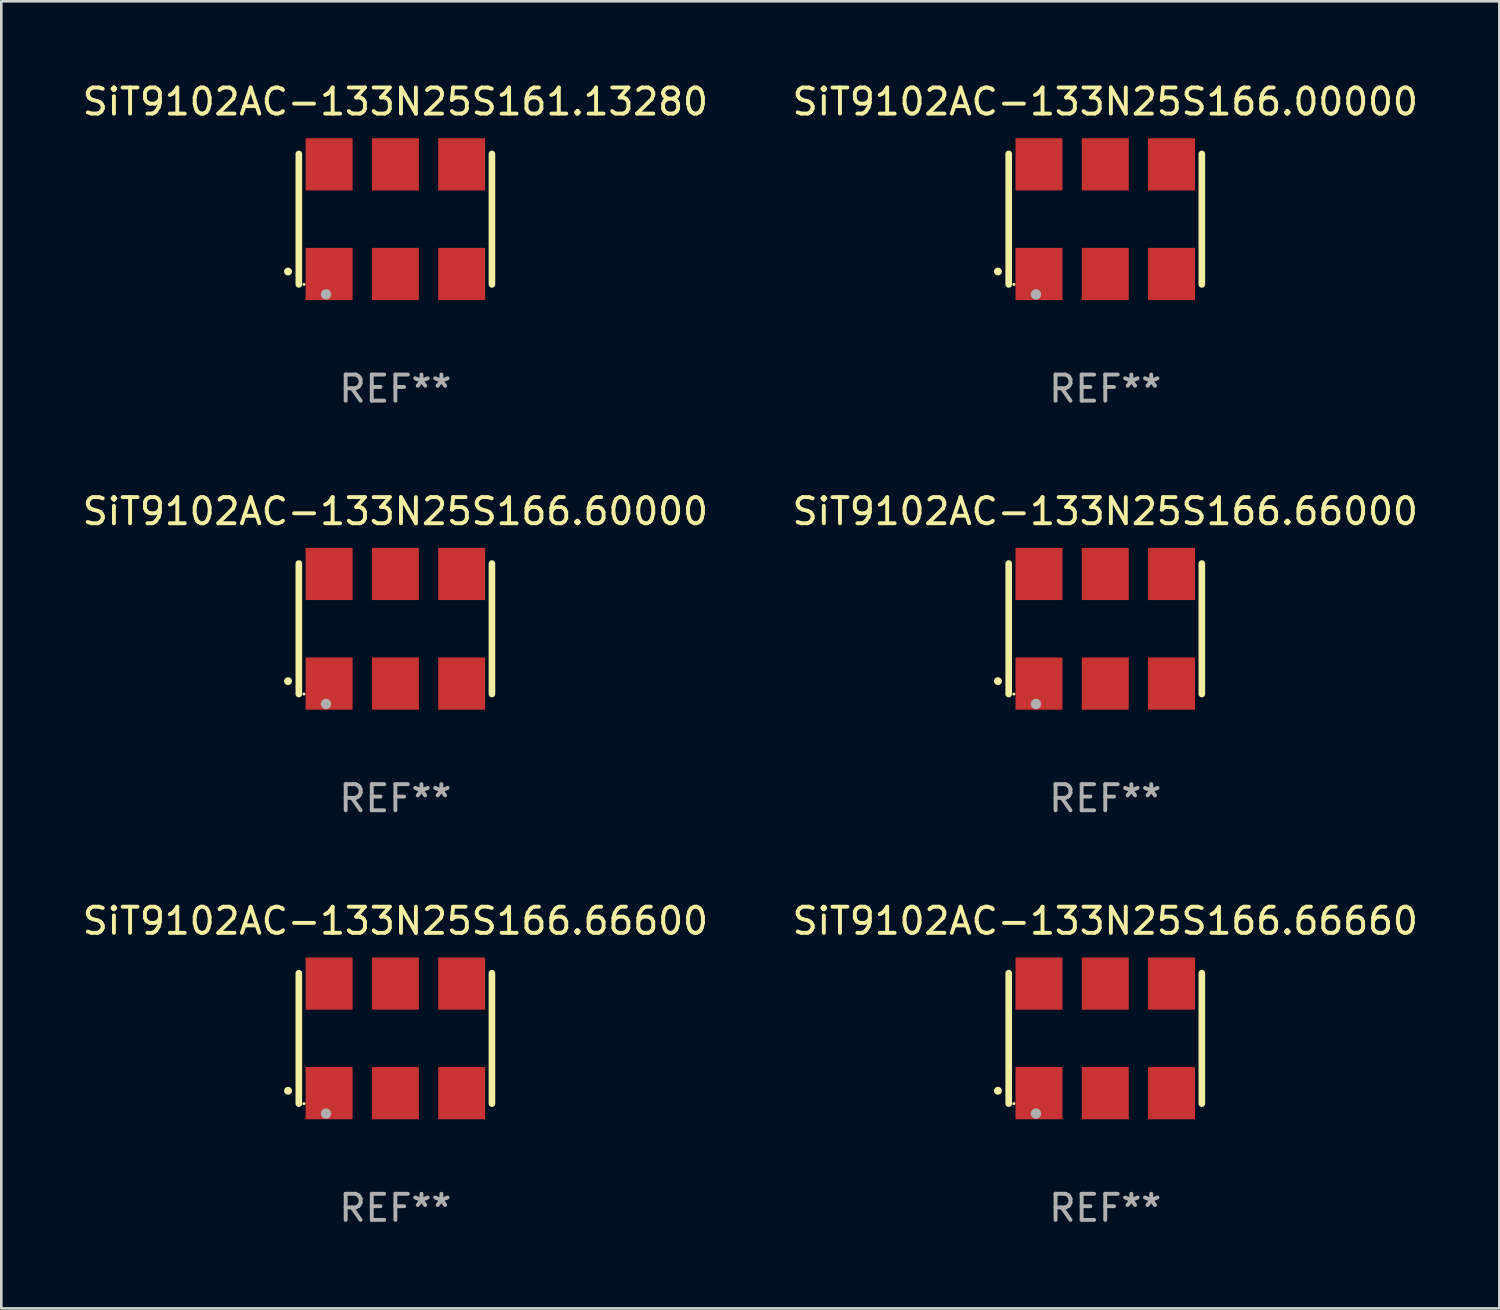
<source format=kicad_pcb>
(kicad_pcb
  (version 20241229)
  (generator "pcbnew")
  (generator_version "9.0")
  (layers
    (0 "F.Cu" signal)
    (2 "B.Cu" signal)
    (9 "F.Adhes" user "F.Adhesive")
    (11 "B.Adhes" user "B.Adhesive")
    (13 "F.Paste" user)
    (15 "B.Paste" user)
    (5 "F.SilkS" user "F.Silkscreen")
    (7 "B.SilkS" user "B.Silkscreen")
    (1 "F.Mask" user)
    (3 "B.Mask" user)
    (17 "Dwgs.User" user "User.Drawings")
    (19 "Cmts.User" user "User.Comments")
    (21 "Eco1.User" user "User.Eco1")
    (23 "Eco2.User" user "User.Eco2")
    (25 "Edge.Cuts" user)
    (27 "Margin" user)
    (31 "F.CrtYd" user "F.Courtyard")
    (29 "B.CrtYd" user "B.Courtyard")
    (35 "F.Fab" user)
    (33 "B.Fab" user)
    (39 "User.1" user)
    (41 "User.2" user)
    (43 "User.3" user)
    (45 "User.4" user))
  (footprint "SiT9102AC-133N25S166.66000"
    (layer "F.Cu")
    (at 39.304 21.045)
    (property "Reference" "SiT9102AC-133N25S166.66000" (at 0 -4.5 0) (layer "F.SilkS") (effects (font (size 1 1) (thickness 0.15))))
    (attr through_hole)
    (fp_line (start -3.7 -2.5) (end -3.7 2.5) (stroke (width 0.254) (type solid)) (layer "F.SilkS"))
    (fp_line (start 3.7 -2.5) (end 3.7 2.5) (stroke (width 0.254) (type solid)) (layer "F.SilkS"))
    (fp_arc (start -4.114415 2.006604) (mid -4.113145 2.006599) (end -4.111875 2.006604) (stroke (width 0.3) (type solid)) (layer "F.SilkS"))
    (fp_circle (center -3.502 2.5) (end -3.472 2.5) (stroke (width 0.06) (type solid)) (fill no) (layer "F.SilkS"))
    (fp_circle (center -2.657 2.882) (end -2.557 2.882) (stroke (width 0.2) (type solid)) (fill no) (layer "F.Fab"))
    (fp_text user "REF**" (at 0 6.5 0) (layer "F.Fab") (effects (font (size 1 1) (thickness 0.15))))
    (pad "1" smd rect (at -2.54 2.1) (size 1.8 2) (layers "F.Cu" "F.Mask" "F.Paste"))
    (pad "2" smd rect (at 0.000394 2.1) (size 1.8 2) (layers "F.Cu" "F.Mask" "F.Paste"))
    (pad "3" smd rect (at 2.54 2.1) (size 1.8 2) (layers "F.Cu" "F.Mask" "F.Paste"))
    (pad "4" smd rect (at 2.54 -2.1) (size 1.8 2) (layers "F.Cu" "F.Mask" "F.Paste"))
    (pad "5" smd rect (at 0.000394 -2.1) (size 1.8 2) (layers "F.Cu" "F.Mask" "F.Paste"))
    (pad "6" smd rect (at -2.54 -2.1) (size 1.8 2) (layers "F.Cu" "F.Mask" "F.Paste")))
  (footprint "SiT9102AC-133N25S166.60000"
    (layer "F.Cu")
    (at 12.101 21.045)
    (property "Reference" "SiT9102AC-133N25S166.60000" (at 0 -4.5 0) (layer "F.SilkS") (effects (font (size 1 1) (thickness 0.15))))
    (attr through_hole)
    (fp_line (start -3.7 -2.5) (end -3.7 2.5) (stroke (width 0.254) (type solid)) (layer "F.SilkS"))
    (fp_line (start 3.7 -2.5) (end 3.7 2.5) (stroke (width 0.254) (type solid)) (layer "F.SilkS"))
    (fp_arc (start -4.114415 2.006604) (mid -4.113145 2.006599) (end -4.111875 2.006604) (stroke (width 0.3) (type solid)) (layer "F.SilkS"))
    (fp_circle (center -3.502 2.5) (end -3.472 2.5) (stroke (width 0.06) (type solid)) (fill no) (layer "F.SilkS"))
    (fp_circle (center -2.657 2.882) (end -2.557 2.882) (stroke (width 0.2) (type solid)) (fill no) (layer "F.Fab"))
    (fp_text user "REF**" (at 0 6.5 0) (layer "F.Fab") (effects (font (size 1 1) (thickness 0.15))))
    (pad "1" smd rect (at -2.54 2.1) (size 1.8 2) (layers "F.Cu" "F.Mask" "F.Paste"))
    (pad "2" smd rect (at 0.000394 2.1) (size 1.8 2) (layers "F.Cu" "F.Mask" "F.Paste"))
    (pad "3" smd rect (at 2.54 2.1) (size 1.8 2) (layers "F.Cu" "F.Mask" "F.Paste"))
    (pad "4" smd rect (at 2.54 -2.1) (size 1.8 2) (layers "F.Cu" "F.Mask" "F.Paste"))
    (pad "5" smd rect (at 0.000394 -2.1) (size 1.8 2) (layers "F.Cu" "F.Mask" "F.Paste"))
    (pad "6" smd rect (at -2.54 -2.1) (size 1.8 2) (layers "F.Cu" "F.Mask" "F.Paste")))
  (footprint "SiT9102AC-133N25S161.13280"
    (layer "F.Cu")
    (at 12.101 5.348)
    (property "Reference" "SiT9102AC-133N25S161.13280" (at 0 -4.5 0) (layer "F.SilkS") (effects (font (size 1 1) (thickness 0.15))))
    (attr through_hole)
    (fp_line (start -3.7 -2.5) (end -3.7 2.5) (stroke (width 0.254) (type solid)) (layer "F.SilkS"))
    (fp_line (start 3.7 -2.5) (end 3.7 2.5) (stroke (width 0.254) (type solid)) (layer "F.SilkS"))
    (fp_arc (start -4.114415 2.006604) (mid -4.113145 2.006599) (end -4.111875 2.006604) (stroke (width 0.3) (type solid)) (layer "F.SilkS"))
    (fp_circle (center -3.502 2.5) (end -3.472 2.5) (stroke (width 0.06) (type solid)) (fill no) (layer "F.SilkS"))
    (fp_circle (center -2.657 2.882) (end -2.557 2.882) (stroke (width 0.2) (type solid)) (fill no) (layer "F.Fab"))
    (fp_text user "REF**" (at 0 6.5 0) (layer "F.Fab") (effects (font (size 1 1) (thickness 0.15))))
    (pad "1" smd rect (at -2.54 2.1) (size 1.8 2) (layers "F.Cu" "F.Mask" "F.Paste"))
    (pad "2" smd rect (at 0.000394 2.1) (size 1.8 2) (layers "F.Cu" "F.Mask" "F.Paste"))
    (pad "3" smd rect (at 2.54 2.1) (size 1.8 2) (layers "F.Cu" "F.Mask" "F.Paste"))
    (pad "4" smd rect (at 2.54 -2.1) (size 1.8 2) (layers "F.Cu" "F.Mask" "F.Paste"))
    (pad "5" smd rect (at 0.000394 -2.1) (size 1.8 2) (layers "F.Cu" "F.Mask" "F.Paste"))
    (pad "6" smd rect (at -2.54 -2.1) (size 1.8 2) (layers "F.Cu" "F.Mask" "F.Paste")))
  (footprint "SiT9102AC-133N25S166.66600"
    (layer "F.Cu")
    (at 12.101 36.741)
    (property "Reference" "SiT9102AC-133N25S166.66600" (at 0 -4.5 0) (layer "F.SilkS") (effects (font (size 1 1) (thickness 0.15))))
    (attr through_hole)
    (fp_line (start -3.7 -2.5) (end -3.7 2.5) (stroke (width 0.254) (type solid)) (layer "F.SilkS"))
    (fp_line (start 3.7 -2.5) (end 3.7 2.5) (stroke (width 0.254) (type solid)) (layer "F.SilkS"))
    (fp_arc (start -4.114415 2.006604) (mid -4.113145 2.006599) (end -4.111875 2.006604) (stroke (width 0.3) (type solid)) (layer "F.SilkS"))
    (fp_circle (center -3.502 2.5) (end -3.472 2.5) (stroke (width 0.06) (type solid)) (fill no) (layer "F.SilkS"))
    (fp_circle (center -2.657 2.882) (end -2.557 2.882) (stroke (width 0.2) (type solid)) (fill no) (layer "F.Fab"))
    (fp_text user "REF**" (at 0 6.5 0) (layer "F.Fab") (effects (font (size 1 1) (thickness 0.15))))
    (pad "1" smd rect (at -2.54 2.1) (size 1.8 2) (layers "F.Cu" "F.Mask" "F.Paste"))
    (pad "2" smd rect (at 0.000394 2.1) (size 1.8 2) (layers "F.Cu" "F.Mask" "F.Paste"))
    (pad "3" smd rect (at 2.54 2.1) (size 1.8 2) (layers "F.Cu" "F.Mask" "F.Paste"))
    (pad "4" smd rect (at 2.54 -2.1) (size 1.8 2) (layers "F.Cu" "F.Mask" "F.Paste"))
    (pad "5" smd rect (at 0.000394 -2.1) (size 1.8 2) (layers "F.Cu" "F.Mask" "F.Paste"))
    (pad "6" smd rect (at -2.54 -2.1) (size 1.8 2) (layers "F.Cu" "F.Mask" "F.Paste")))
  (footprint "SiT9102AC-133N25S166.66660"
    (layer "F.Cu")
    (at 39.304 36.741)
    (property "Reference" "SiT9102AC-133N25S166.66660" (at 0 -4.5 0) (layer "F.SilkS") (effects (font (size 1 1) (thickness 0.15))))
    (attr through_hole)
    (fp_line (start -3.7 -2.5) (end -3.7 2.5) (stroke (width 0.254) (type solid)) (layer "F.SilkS"))
    (fp_line (start 3.7 -2.5) (end 3.7 2.5) (stroke (width 0.254) (type solid)) (layer "F.SilkS"))
    (fp_arc (start -4.114415 2.006604) (mid -4.113145 2.006599) (end -4.111875 2.006604) (stroke (width 0.3) (type solid)) (layer "F.SilkS"))
    (fp_circle (center -3.502 2.5) (end -3.472 2.5) (stroke (width 0.06) (type solid)) (fill no) (layer "F.SilkS"))
    (fp_circle (center -2.657 2.882) (end -2.557 2.882) (stroke (width 0.2) (type solid)) (fill no) (layer "F.Fab"))
    (fp_text user "REF**" (at 0 6.5 0) (layer "F.Fab") (effects (font (size 1 1) (thickness 0.15))))
    (pad "1" smd rect (at -2.54 2.1) (size 1.8 2) (layers "F.Cu" "F.Mask" "F.Paste"))
    (pad "2" smd rect (at 0.000394 2.1) (size 1.8 2) (layers "F.Cu" "F.Mask" "F.Paste"))
    (pad "3" smd rect (at 2.54 2.1) (size 1.8 2) (layers "F.Cu" "F.Mask" "F.Paste"))
    (pad "4" smd rect (at 2.54 -2.1) (size 1.8 2) (layers "F.Cu" "F.Mask" "F.Paste"))
    (pad "5" smd rect (at 0.000394 -2.1) (size 1.8 2) (layers "F.Cu" "F.Mask" "F.Paste"))
    (pad "6" smd rect (at -2.54 -2.1) (size 1.8 2) (layers "F.Cu" "F.Mask" "F.Paste")))
  (footprint "SiT9102AC-133N25S166.00000"
    (layer "F.Cu")
    (at 39.304 5.348)
    (property "Reference" "SiT9102AC-133N25S166.00000" (at 0 -4.5 0) (layer "F.SilkS") (effects (font (size 1 1) (thickness 0.15))))
    (attr through_hole)
    (fp_line (start -3.7 -2.5) (end -3.7 2.5) (stroke (width 0.254) (type solid)) (layer "F.SilkS"))
    (fp_line (start 3.7 -2.5) (end 3.7 2.5) (stroke (width 0.254) (type solid)) (layer "F.SilkS"))
    (fp_arc (start -4.114415 2.006604) (mid -4.113145 2.006599) (end -4.111875 2.006604) (stroke (width 0.3) (type solid)) (layer "F.SilkS"))
    (fp_circle (center -3.502 2.5) (end -3.472 2.5) (stroke (width 0.06) (type solid)) (fill no) (layer "F.SilkS"))
    (fp_circle (center -2.657 2.882) (end -2.557 2.882) (stroke (width 0.2) (type solid)) (fill no) (layer "F.Fab"))
    (fp_text user "REF**" (at 0 6.5 0) (layer "F.Fab") (effects (font (size 1 1) (thickness 0.15))))
    (pad "1" smd rect (at -2.54 2.1) (size 1.8 2) (layers "F.Cu" "F.Mask" "F.Paste"))
    (pad "2" smd rect (at 0.000394 2.1) (size 1.8 2) (layers "F.Cu" "F.Mask" "F.Paste"))
    (pad "3" smd rect (at 2.54 2.1) (size 1.8 2) (layers "F.Cu" "F.Mask" "F.Paste"))
    (pad "4" smd rect (at 2.54 -2.1) (size 1.8 2) (layers "F.Cu" "F.Mask" "F.Paste"))
    (pad "5" smd rect (at 0.000394 -2.1) (size 1.8 2) (layers "F.Cu" "F.Mask" "F.Paste"))
    (pad "6" smd rect (at -2.54 -2.1) (size 1.8 2) (layers "F.Cu" "F.Mask" "F.Paste")))
  (gr_rect
    (start -3 -3)
    (end 54.405 47.09)
    (stroke (width 0.1) (type default))
    (fill no)
    (layer "Edge.Cuts")))
</source>
